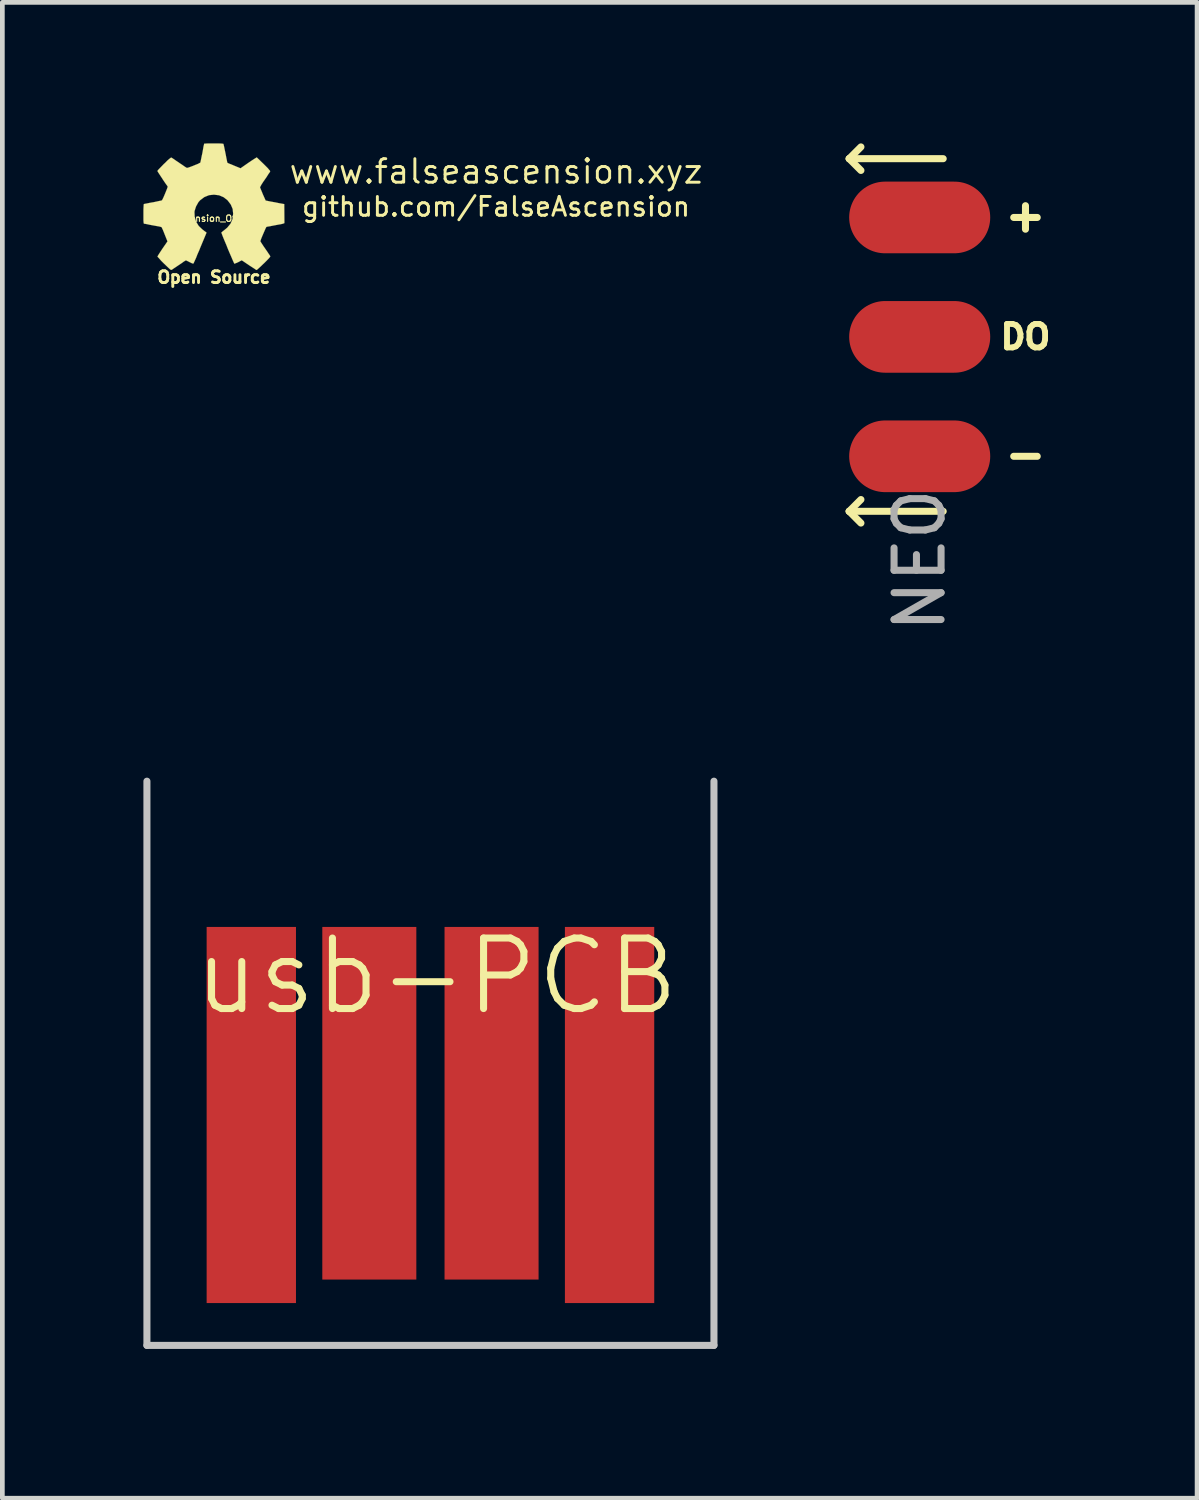
<source format=kicad_pcb>
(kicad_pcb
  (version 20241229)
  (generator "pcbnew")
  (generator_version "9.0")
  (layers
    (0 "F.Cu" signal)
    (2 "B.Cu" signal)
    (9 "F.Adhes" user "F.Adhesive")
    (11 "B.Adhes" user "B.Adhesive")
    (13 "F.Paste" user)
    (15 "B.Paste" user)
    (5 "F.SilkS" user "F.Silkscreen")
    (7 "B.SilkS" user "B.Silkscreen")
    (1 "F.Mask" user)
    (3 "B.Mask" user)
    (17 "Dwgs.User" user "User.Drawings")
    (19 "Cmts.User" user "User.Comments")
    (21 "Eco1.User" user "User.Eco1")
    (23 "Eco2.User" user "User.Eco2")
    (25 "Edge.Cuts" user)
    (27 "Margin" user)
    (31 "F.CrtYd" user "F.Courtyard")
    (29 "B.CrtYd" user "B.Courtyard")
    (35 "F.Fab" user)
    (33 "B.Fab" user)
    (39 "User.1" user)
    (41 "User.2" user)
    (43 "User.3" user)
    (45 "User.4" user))
  (footprint "FalseAscension_OSHW_Logo"
    (layer "F.Cu")
    (at 1.5 1.347)
    (property "Reference" "FalseAscension_OSHW_Logo" (at 0 0.25 0) (layer "F.SilkS") (effects (font (size 0.135 0.135) (thickness 0.025))))
    (attr through_hole)
    (fp_poly (pts (xy 0.909 1.346) (xy 0.892 1.339) (xy 0.859 1.316) (xy 0.808 1.283) (xy 0.749 1.245) (xy 0.688 1.204) (xy 0.64 1.171) (xy 0.605 1.148) (xy 0.592 1.14) (xy 0.584 1.143) (xy 0.556 1.158) (xy 0.516 1.179) (xy 0.49 1.191) (xy 0.452 1.206) (xy 0.434 1.212) (xy 0.432 1.206) (xy 0.417 1.176) (xy 0.396 1.128) (xy 0.368 1.062) (xy 0.335 0.986) (xy 0.3 0.904) (xy 0.267 0.82) (xy 0.234 0.742) (xy 0.203 0.668) (xy 0.18 0.61) (xy 0.165 0.569) (xy 0.157 0.551) (xy 0.16 0.549) (xy 0.178 0.531) (xy 0.211 0.505) (xy 0.282 0.447) (xy 0.353 0.361) (xy 0.396 0.262) (xy 0.409 0.15) (xy 0.399 0.048) (xy 0.358 -0.048) (xy 0.29 -0.137) (xy 0.206 -0.203) (xy 0.109 -0.244) (xy 0 -0.257) (xy -0.104 -0.246) (xy -0.203 -0.206) (xy -0.292 -0.14) (xy -0.33 -0.097) (xy -0.381 -0.005) (xy -0.411 0.089) (xy -0.414 0.112) (xy -0.409 0.218) (xy -0.378 0.32) (xy -0.323 0.409) (xy -0.246 0.483) (xy -0.236 0.49) (xy -0.201 0.518) (xy -0.175 0.536) (xy -0.157 0.551) (xy -0.292 0.874) (xy -0.312 0.925) (xy -0.351 1.013) (xy -0.381 1.09) (xy -0.409 1.151) (xy -0.427 1.191) (xy -0.434 1.206) (xy -0.447 1.209) (xy -0.47 1.201) (xy -0.516 1.179) (xy -0.546 1.163) (xy -0.579 1.148) (xy -0.594 1.14) (xy -0.61 1.148) (xy -0.643 1.168) (xy -0.688 1.201) (xy -0.747 1.24) (xy -0.803 1.278) (xy -0.853 1.311) (xy -0.889 1.336) (xy -0.907 1.344) (xy -0.909 1.344) (xy -0.927 1.336) (xy -0.955 1.311) (xy -0.998 1.27) (xy -1.062 1.209) (xy -1.072 1.199) (xy -1.123 1.148) (xy -1.163 1.102) (xy -1.191 1.072) (xy -1.201 1.059) (xy -1.191 1.041) (xy -1.168 1.003) (xy -1.135 0.953) (xy -1.095 0.892) (xy -0.988 0.737) (xy -1.046 0.592) (xy -1.064 0.546) (xy -1.087 0.49) (xy -1.105 0.452) (xy -1.113 0.434) (xy -1.13 0.429) (xy -1.168 0.419) (xy -1.227 0.409) (xy -1.298 0.396) (xy -1.364 0.384) (xy -1.422 0.371) (xy -1.466 0.363) (xy -1.486 0.361) (xy -1.491 0.356) (xy -1.494 0.348) (xy -1.496 0.328) (xy -1.499 0.29) (xy -1.499 0.234) (xy -1.499 0.15) (xy -1.499 0.142) (xy -1.499 0.064) (xy -1.496 0) (xy -1.494 -0.038) (xy -1.491 -0.056) (xy -1.473 -0.061) (xy -1.43 -0.069) (xy -1.372 -0.081) (xy -1.3 -0.094) (xy -1.295 -0.094) (xy -1.224 -0.109) (xy -1.166 -0.122) (xy -1.123 -0.13) (xy -1.105 -0.137) (xy -1.102 -0.142) (xy -1.087 -0.17) (xy -1.067 -0.213) (xy -1.044 -0.267) (xy -1.021 -0.323) (xy -1.001 -0.373) (xy -0.988 -0.409) (xy -0.983 -0.427) (xy -0.993 -0.445) (xy -1.019 -0.48) (xy -1.054 -0.531) (xy -1.095 -0.592) (xy -1.097 -0.597) (xy -1.138 -0.658) (xy -1.171 -0.709) (xy -1.194 -0.744) (xy -1.201 -0.759) (xy -1.201 -0.762) (xy -1.189 -0.78) (xy -1.158 -0.813) (xy -1.113 -0.859) (xy -1.062 -0.912) (xy -1.044 -0.927) (xy -0.986 -0.986) (xy -0.945 -1.021) (xy -0.919 -1.041) (xy -0.909 -1.046) (xy -0.907 -1.046) (xy -0.889 -1.036) (xy -0.851 -1.011) (xy -0.8 -0.975) (xy -0.739 -0.935) (xy -0.737 -0.932) (xy -0.676 -0.892) (xy -0.625 -0.856) (xy -0.589 -0.833) (xy -0.574 -0.826) (xy -0.572 -0.826) (xy -0.549 -0.831) (xy -0.505 -0.846) (xy -0.452 -0.866) (xy -0.396 -0.889) (xy -0.345 -0.909) (xy -0.31 -0.927) (xy -0.292 -0.937) (xy -0.29 -0.937) (xy -0.284 -0.96) (xy -0.274 -1.006) (xy -0.262 -1.067) (xy -0.246 -1.14) (xy -0.244 -1.151) (xy -0.231 -1.224) (xy -0.221 -1.283) (xy -0.211 -1.323) (xy -0.208 -1.341) (xy -0.198 -1.341) (xy -0.163 -1.344) (xy -0.109 -1.346) (xy -0.043 -1.346) (xy 0.023 -1.346) (xy 0.089 -1.346) (xy 0.145 -1.344) (xy 0.185 -1.341) (xy 0.203 -1.336) (xy 0.208 -1.313) (xy 0.218 -1.27) (xy 0.231 -1.206) (xy 0.246 -1.133) (xy 0.249 -1.12) (xy 0.262 -1.049) (xy 0.274 -0.991) (xy 0.282 -0.95) (xy 0.287 -0.935) (xy 0.292 -0.932) (xy 0.323 -0.917) (xy 0.371 -0.899) (xy 0.429 -0.874) (xy 0.566 -0.818) (xy 0.734 -0.935) (xy 0.749 -0.945) (xy 0.81 -0.986) (xy 0.861 -1.019) (xy 0.897 -1.041) (xy 0.909 -1.049) (xy 0.912 -1.049) (xy 0.927 -1.034) (xy 0.96 -1.003) (xy 1.006 -0.958) (xy 1.059 -0.907) (xy 1.1 -0.866) (xy 1.146 -0.82) (xy 1.173 -0.787) (xy 1.191 -0.767) (xy 1.196 -0.754) (xy 1.194 -0.747) (xy 1.184 -0.729) (xy 1.158 -0.693) (xy 1.125 -0.64) (xy 1.085 -0.582) (xy 1.049 -0.531) (xy 1.013 -0.475) (xy 0.991 -0.434) (xy 0.98 -0.417) (xy 0.983 -0.406) (xy 0.996 -0.373) (xy 1.016 -0.325) (xy 1.041 -0.264) (xy 1.1 -0.132) (xy 1.186 -0.114) (xy 1.24 -0.104) (xy 1.313 -0.091) (xy 1.384 -0.076) (xy 1.496 -0.056) (xy 1.499 0.348) (xy 1.481 0.356) (xy 1.466 0.361) (xy 1.425 0.371) (xy 1.367 0.381) (xy 1.298 0.394) (xy 1.237 0.406) (xy 1.179 0.417) (xy 1.135 0.424) (xy 1.118 0.429) (xy 1.113 0.434) (xy 1.097 0.465) (xy 1.077 0.511) (xy 1.054 0.564) (xy 1.029 0.622) (xy 1.008 0.673) (xy 0.993 0.714) (xy 0.988 0.734) (xy 0.996 0.749) (xy 1.019 0.785) (xy 1.052 0.836) (xy 1.092 0.894) (xy 1.133 0.953) (xy 1.166 1.003) (xy 1.191 1.039) (xy 1.199 1.057) (xy 1.194 1.067) (xy 1.171 1.095) (xy 1.128 1.14) (xy 1.062 1.206) (xy 1.049 1.217) (xy 0.998 1.267) (xy 0.953 1.308) (xy 0.922 1.336) (xy 0.909 1.346)) (stroke (width 0.003) (type solid)) (fill yes) (layer "F.SilkS"))
    (fp_text user "github.com/FalseAscension" (at 6 0 0) (layer "F.SilkS") (effects (font (size 0.4 0.4) (thickness 0.062))))
    (fp_text user "Open Source" (at 0 1.5 0) (layer "F.SilkS") (effects (font (size 0.25 0.25) (thickness 0.062))))
    (fp_text user "www.falseascension.xyz" (at 6 -0.75 0) (layer "F.SilkS") (effects (font (size 0.5 0.5) (thickness 0.062)))))
  (footprint "usb-PCB"
    (layer "F.Cu")
    (at 6.105 25.565)
    (property "Reference" "usb-PCB" (at 0.13 -7.85 0) (layer "F.SilkS") (effects (font (size 1.5 1.5) (thickness 0.15))))
    (attr exclude_from_pos_files exclude_from_bom)
    (fp_line (start -6.03 0) (end -6.03 -12) (stroke (width 0.15) (type solid)) (layer "Dwgs.User"))
    (fp_line (start 6.03 0) (end -6.03 0) (stroke (width 0.15) (type solid)) (layer "Dwgs.User"))
    (fp_line (start 6.03 0) (end 6.03 -12) (stroke (width 0.15) (type solid)) (layer "Dwgs.User"))
    (pad "1" connect rect (at 3.81 -4.9) (size 1.9 8) (layers "F.Cu" "F.Mask"))
    (pad "2" connect rect (at 1.3 -5.15) (size 2 7.5) (layers "F.Cu" "F.Mask"))
    (pad "3" connect rect (at -1.3 -5.15) (size 2 7.5) (layers "F.Cu" "F.Mask"))
    (pad "4" connect rect (at -3.81 -4.9) (size 1.9 8) (layers "F.Cu" "F.Mask")))
  (footprint "NEO"
    (layer "F.Cu")
    (at 16.511 1.575)
    (property "Reference" "NEO" (at 0 7.29 270) (layer "F.Fab") (effects (font (size 1 1) (thickness 0.15))))
    (attr through_hole)
    (fp_line (start -1.5 -1.25) (end -1.25 -1.5) (stroke (width 0.15) (type solid)) (layer "F.SilkS"))
    (fp_line (start -1.5 -1.25) (end -1.25 -1) (stroke (width 0.15) (type solid)) (layer "F.SilkS"))
    (fp_line (start -1.5 -1.25) (end 0.5 -1.25) (stroke (width 0.15) (type solid)) (layer "F.SilkS"))
    (fp_line (start -1.5 6.25) (end -1.25 6) (stroke (width 0.15) (type solid)) (layer "F.SilkS"))
    (fp_line (start -1.5 6.25) (end -1.25 6.5) (stroke (width 0.15) (type solid)) (layer "F.SilkS"))
    (fp_line (start -1.5 6.25) (end 0.5 6.25) (stroke (width 0.15) (type solid)) (layer "F.SilkS"))
    (fp_line (start 2 0) (end 2.5 0) (stroke (width 0.15) (type solid)) (layer "F.SilkS"))
    (fp_line (start 2 5.08) (end 2.5 5.08) (stroke (width 0.15) (type solid)) (layer "F.SilkS"))
    (fp_line (start 2.25 -0.25) (end 2.25 0.25) (stroke (width 0.15) (type solid)) (layer "F.SilkS"))
    (fp_text user "DO" (at 2.25 2.54 0) (layer "F.SilkS") (effects (font (size 0.5 0.5) (thickness 0.125))))
    (pad "1" smd oval (at 0 0) (size 3 1.524) (layers "F.Cu" "F.Mask" "F.Paste"))
    (pad "2" smd oval (at 0 2.54) (size 3 1.524) (layers "F.Cu" "F.Mask" "F.Paste"))
    (pad "3" smd oval (at 0 5.08) (size 3 1.524) (layers "F.Cu" "F.Mask" "F.Paste")))
  (gr_rect
    (start -3 -3)
    (end 22.411 28.815)
    (stroke (width 0.1) (type default))
    (fill no)
    (layer "Edge.Cuts")))
</source>
